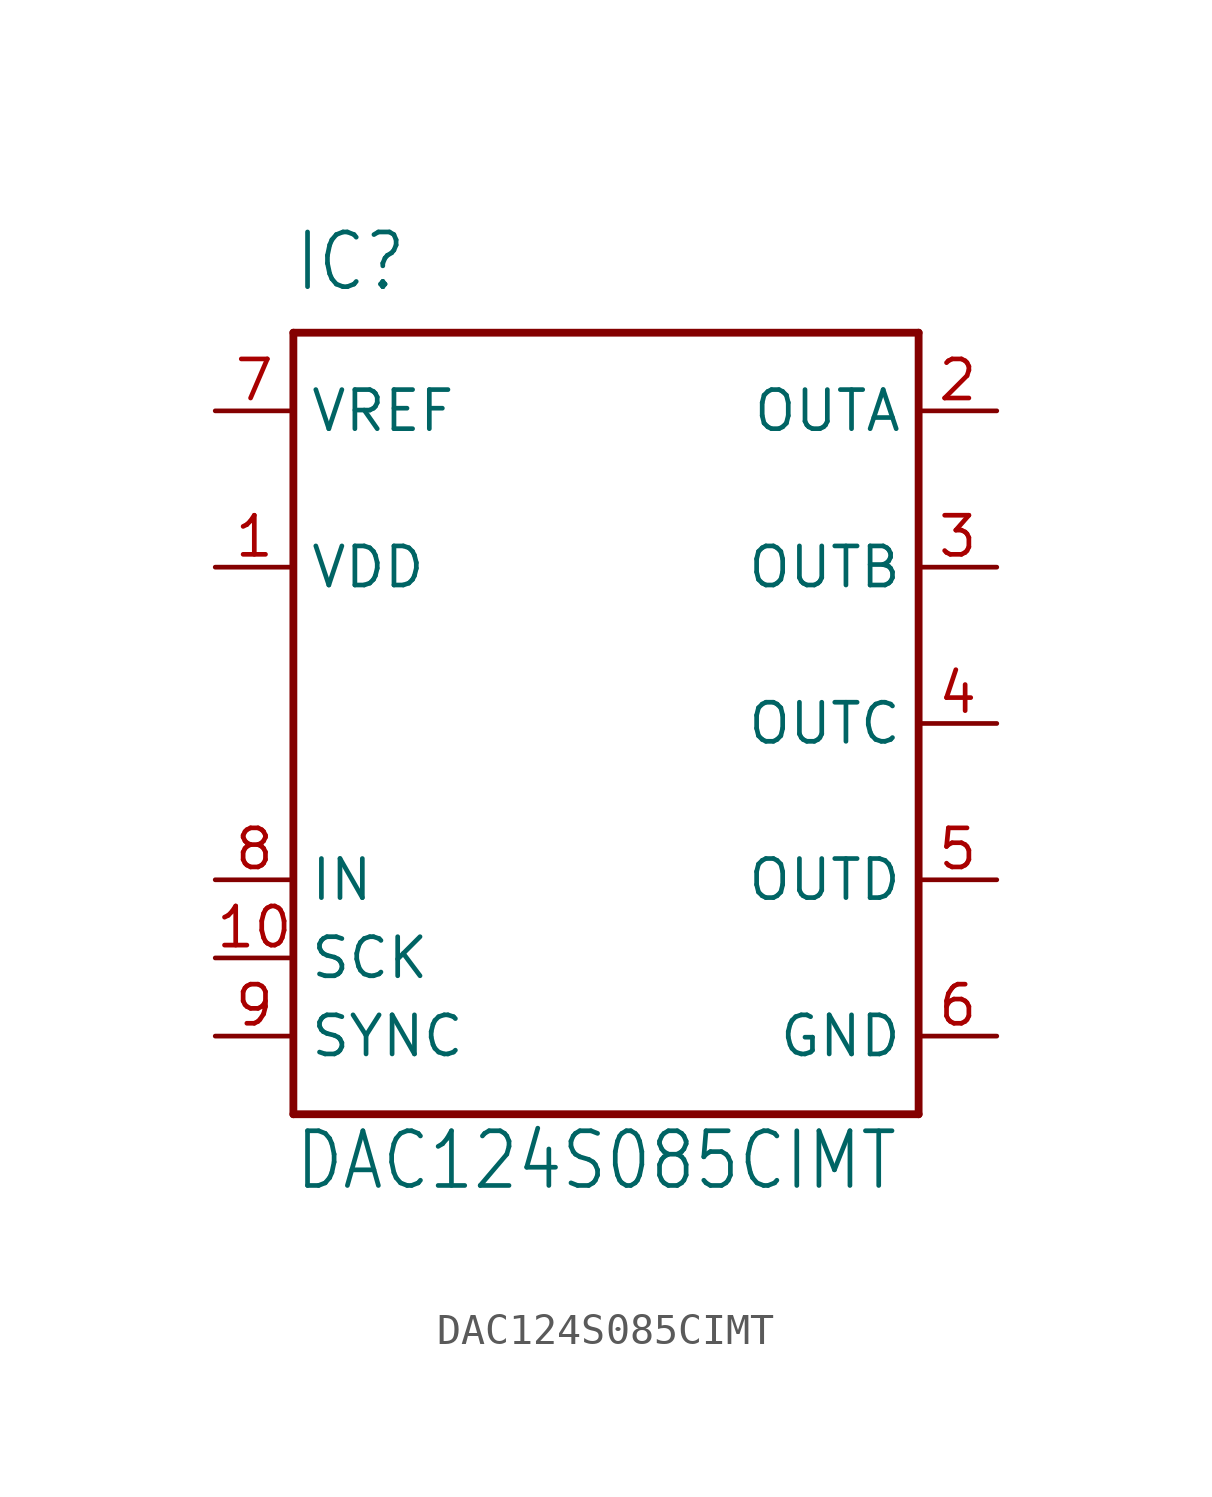
<source format=kicad_sym>
(kicad_symbol_lib
  (version 20211014)
  (generator kicad_symbol_editor)
  (symbol "DAC124S085CIMT"
    (property "Reference" "IC"
      (at -10.16 13.97 0)
      (effects (font (size 1.778 1.511)) (justify left bottom)))
    (property "Value" "DAC124S085CIMT"
      (at -10.16 -15.24 0)
      (effects (font (size 1.778 1.511)) (justify left bottom)))
    (property "ki_locked" ""
      (at 0 0 0)
      (effects (font (size 1.27 1.27))))
    (symbol "DAC124S085CIMT_1_0"
      (polyline (pts (xy -10.16 -12.7) (xy 10.16 -12.7)) (stroke (width 0.254) (type default) (color 0 0 0 0)) (fill (type none)))
      (polyline (pts (xy -10.16 12.7) (xy -10.16 -12.7)) (stroke (width 0.254) (type default) (color 0 0 0 0)) (fill (type none)))
      (polyline (pts (xy 10.16 -12.7) (xy 10.16 12.7)) (stroke (width 0.254) (type default) (color 0 0 0 0)) (fill (type none)))
      (polyline (pts (xy 10.16 12.7) (xy -10.16 12.7)) (stroke (width 0.254) (type default) (color 0 0 0 0)) (fill (type none)))
      (pin power_in line (at -12.7 5.08 0) (length 2.54) (name "VDD" (effects (font (size 1.27 1.27)))) (number "1" (effects (font (size 1.27 1.27)))))
      (pin input line (at -12.7 -7.62 0) (length 2.54) (name "SCK" (effects (font (size 1.27 1.27)))) (number "10" (effects (font (size 1.27 1.27)))))
      (pin output line (at 12.7 10.16 180) (length 2.54) (name "OUTA" (effects (font (size 1.27 1.27)))) (number "2" (effects (font (size 1.27 1.27)))))
      (pin output line (at 12.7 5.08 180) (length 2.54) (name "OUTB" (effects (font (size 1.27 1.27)))) (number "3" (effects (font (size 1.27 1.27)))))
      (pin output line (at 12.7 0 180) (length 2.54) (name "OUTC" (effects (font (size 1.27 1.27)))) (number "4" (effects (font (size 1.27 1.27)))))
      (pin output line (at 12.7 -5.08 180) (length 2.54) (name "OUTD" (effects (font (size 1.27 1.27)))) (number "5" (effects (font (size 1.27 1.27)))))
      (pin power_in line (at 12.7 -10.16 180) (length 2.54) (name "GND" (effects (font (size 1.27 1.27)))) (number "6" (effects (font (size 1.27 1.27)))))
      (pin bidirectional line (at -12.7 10.16 0) (length 2.54) (name "VREF" (effects (font (size 1.27 1.27)))) (number "7" (effects (font (size 1.27 1.27)))))
      (pin input line (at -12.7 -5.08 0) (length 2.54) (name "IN" (effects (font (size 1.27 1.27)))) (number "8" (effects (font (size 1.27 1.27)))))
      (pin input line (at -12.7 -10.16 0) (length 2.54) (name "SYNC" (effects (font (size 1.27 1.27)))) (number "9" (effects (font (size 1.27 1.27))))))))
</source>
